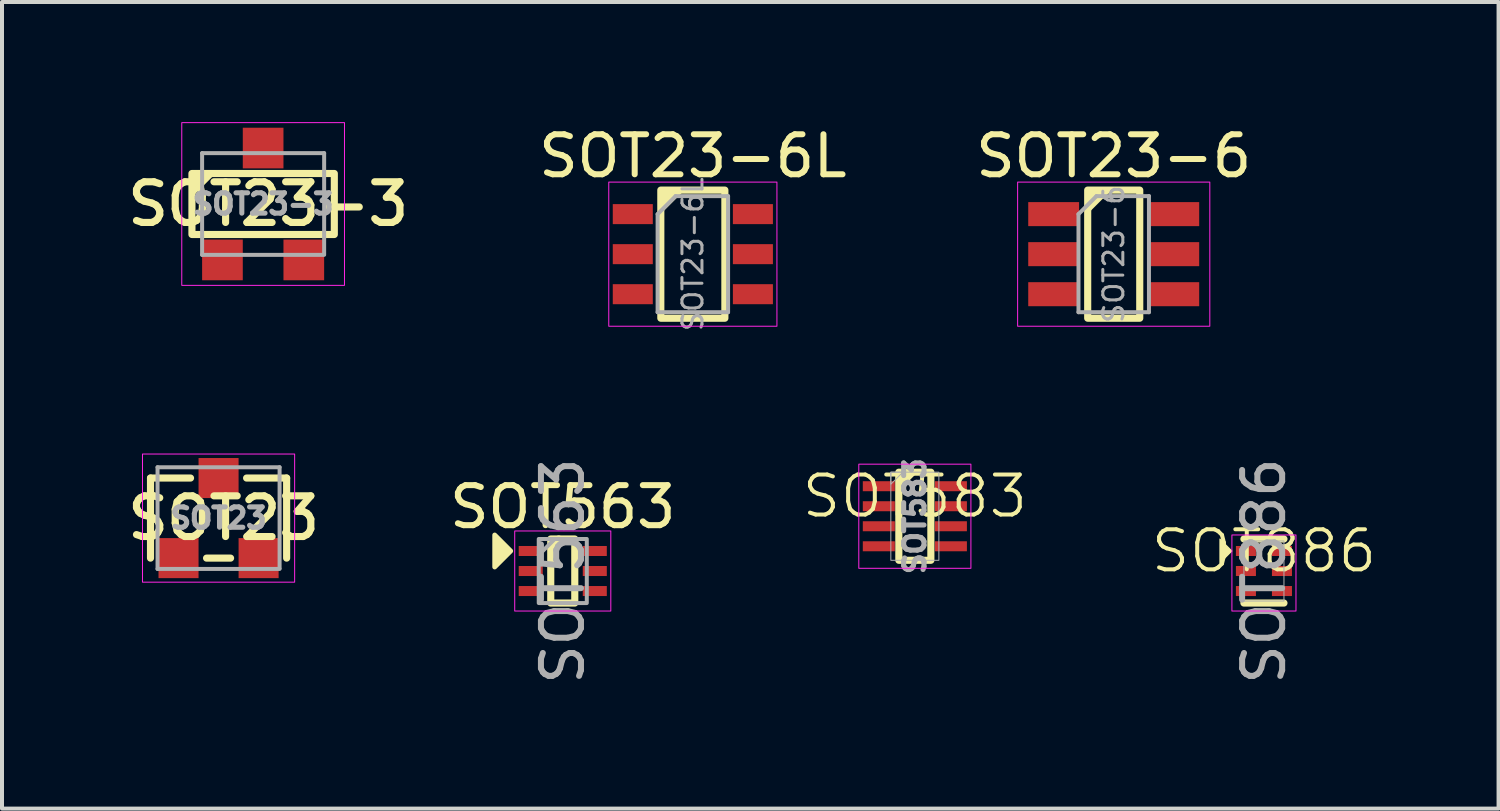
<source format=kicad_pcb>
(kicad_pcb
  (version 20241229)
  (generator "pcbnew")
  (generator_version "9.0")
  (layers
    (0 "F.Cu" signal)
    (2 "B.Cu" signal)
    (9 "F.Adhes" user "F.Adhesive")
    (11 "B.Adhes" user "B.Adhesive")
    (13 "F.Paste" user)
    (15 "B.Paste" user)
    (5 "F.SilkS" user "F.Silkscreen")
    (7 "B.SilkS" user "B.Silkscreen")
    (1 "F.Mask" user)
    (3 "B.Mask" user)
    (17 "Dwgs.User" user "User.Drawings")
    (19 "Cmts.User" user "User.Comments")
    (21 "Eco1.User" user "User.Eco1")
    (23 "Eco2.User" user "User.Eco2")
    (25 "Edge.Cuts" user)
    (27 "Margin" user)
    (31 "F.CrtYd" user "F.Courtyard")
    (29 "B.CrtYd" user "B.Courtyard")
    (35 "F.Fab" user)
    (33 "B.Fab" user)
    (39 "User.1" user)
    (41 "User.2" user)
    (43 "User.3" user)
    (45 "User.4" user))
  (footprint "SOT583"
    (layer "F.Cu")
    (at 19.8 9.844)
    (property "Reference" "SOT583" (at 0 -0.5 0) (unlocked yes) (layer "F.SilkS") (effects (font (size 1 1) (thickness 0.1))))
    (attr smd)
    (fp_rect (start -0.4 -1.1) (end 0.4 1.1) (stroke (width 0.178) (type solid)) (fill no) (layer "F.SilkS"))
    (fp_poly (pts (xy -0.4 -1.1) (xy -0.4 -0.7) (xy 0 -1.1)) (stroke (width 0.1) (type solid)) (fill yes) (layer "F.SilkS"))
    (fp_rect (start -1.4 -1.3) (end 1.4 1.3) (stroke (width 0.025) (type solid)) (fill no) (layer "F.CrtYd"))
    (fp_rect (start -0.6 -1.1) (end 0.6 1.1) (stroke (width 0.025) (type solid)) (fill no) (layer "F.Fab"))
    (fp_poly (pts (xy -0.6 -1.1) (xy -0.6 -0.8) (xy -0.3 -1.1)) (stroke (width 0.025) (type solid)) (fill no) (layer "F.Fab"))
    (fp_text user "${REFERENCE}" (at 0 0 90) (unlocked yes) (layer "F.Fab") (effects (font (size 0.508 0.508) (thickness 0.127))))
    (pad "1" smd rect (at -0.9 -0.75) (size 0.8 0.25) (layers "F.Cu" "F.Mask" "F.Paste"))
    (pad "2" smd rect (at -0.9 -0.25) (size 0.8 0.25) (layers "F.Cu" "F.Mask" "F.Paste"))
    (pad "3" smd rect (at -0.9 0.25) (size 0.8 0.25) (layers "F.Cu" "F.Mask" "F.Paste"))
    (pad "4" smd rect (at -0.9 0.75) (size 0.8 0.25) (layers "F.Cu" "F.Mask" "F.Paste"))
    (pad "5" smd rect (at 0.9 0.75) (size 0.8 0.25) (layers "F.Cu" "F.Mask" "F.Paste"))
    (pad "6" smd rect (at 0.9 0.25) (size 0.8 0.25) (layers "F.Cu" "F.Mask" "F.Paste"))
    (pad "7" smd rect (at 0.9 -0.25) (size 0.8 0.25) (layers "F.Cu" "F.Mask" "F.Paste"))
    (pad "8" smd rect (at 0.9 -0.75) (size 0.8 0.25) (layers "F.Cu" "F.Mask" "F.Paste")))
  (footprint "SOT886"
    (layer "F.Cu")
    (at 28.519 11.212)
    (property "Reference" "SOT886" (at 0 -0.5 0) (unlocked yes) (layer "F.SilkS") (effects (font (size 1 1) (thickness 0.1))))
    (attr smd)
    (fp_line (start -0.5 -0.8) (end 0.5 -0.8) (stroke (width 0.178) (type default)) (layer "F.SilkS"))
    (fp_line (start -0.5 0.8) (end 0.5 0.8) (stroke (width 0.178) (type default)) (layer "F.SilkS"))
    (fp_poly (pts (xy -0.8 -0.5) (xy -1.1 -0.8) (xy -1.1 -0.2)) (stroke (width 0.025) (type solid)) (fill yes) (layer "F.SilkS"))
    (fp_rect (start -0.8 -0.9) (end 0.8 1) (stroke (width 0.025) (type default)) (fill no) (layer "F.CrtYd"))
    (fp_line (start -0.5 -0.5) (end -0.25 -0.75) (stroke (width 0.025) (type default)) (layer "F.Fab"))
    (fp_rect (start -0.5 0.75) (end 0.5 -0.75) (stroke (width 0.025) (type default)) (fill no) (layer "F.Fab"))
    (fp_text user "${REFERENCE}" (at 0 0 90) (unlocked yes) (layer "F.Fab") (effects (font (size 1 1) (thickness 0.15))))
    (pad "1" smd rect (at -0.45 -0.5) (size 0.5 0.25) (layers "F.Cu" "F.Mask" "F.Paste"))
    (pad "2" smd rect (at -0.45 0) (size 0.5 0.25) (layers "F.Cu" "F.Mask" "F.Paste"))
    (pad "3" smd rect (at -0.45 0.5) (size 0.5 0.25) (layers "F.Cu" "F.Mask" "F.Paste"))
    (pad "4" smd rect (at 0.45 0.5) (size 0.5 0.25) (layers "F.Cu" "F.Mask" "F.Paste"))
    (pad "5" smd rect (at 0.45 0) (size 0.5 0.25) (layers "F.Cu" "F.Mask" "F.Paste"))
    (pad "6" smd rect (at 0.45 -0.5) (size 0.5 0.25) (layers "F.Cu" "F.Mask" "F.Paste")))
  (footprint "SOT23"
    (layer "F.Cu")
    (at 2.409 9.89)
    (property "Reference" "SOT23" (at 0.127 0 0) (layer "F.SilkS") (effects (font (size 1.016 1.016) (thickness 0.178))))
    (attr smd)
    (fp_line (start -1.7 -1) (end -0.7 -1) (stroke (width 0.178) (type solid)) (layer "F.SilkS"))
    (fp_line (start -1.7 1) (end -1.7 -1) (stroke (width 0.178) (type solid)) (layer "F.SilkS"))
    (fp_line (start -0.3 1) (end 0.3 1) (stroke (width 0.178) (type solid)) (layer "F.SilkS"))
    (fp_line (start 0.7 -1) (end 1.7 -1) (stroke (width 0.178) (type solid)) (layer "F.SilkS"))
    (fp_line (start 1.7 1) (end 1.7 -1) (stroke (width 0.178) (type solid)) (layer "F.SilkS"))
    (fp_rect (start -1.9 -1.6) (end 1.9 1.6) (stroke (width 0.025) (type solid)) (fill no) (layer "F.CrtYd"))
    (fp_line (start -1.524 -1.27) (end 1.524 -1.27) (stroke (width 0.1) (type solid)) (layer "F.Fab"))
    (fp_line (start -1.524 1.27) (end -1.524 -1.27) (stroke (width 0.1) (type solid)) (layer "F.Fab"))
    (fp_line (start -1.524 1.27) (end 1.524 1.27) (stroke (width 0.1) (type solid)) (layer "F.Fab"))
    (fp_line (start 1.524 -1.27) (end 1.524 1.25) (stroke (width 0.1) (type solid)) (layer "F.Fab"))
    (fp_text user "${REFERENCE}" (at 0 0 0) (layer "F.Fab") (effects (font (size 0.508 0.508) (thickness 0.127))))
    (pad "1" smd rect (at -1 1) (size 1 1) (layers "F.Cu" "F.Mask" "F.Paste"))
    (pad "2" smd rect (at 0 -1) (size 1 1) (layers "F.Cu" "F.Mask" "F.Paste"))
    (pad "2" smd rect (at 1 1) (size 1 1) (layers "F.Cu" "F.Mask" "F.Paste")))
  (footprint "SOT563"
    (layer "F.Cu")
    (at 11.006 11.212)
    (property "Reference" "SOT563" (at 0 -1.6 0) (unlocked yes) (layer "F.SilkS") (effects (font (size 1 1) (thickness 0.15))))
    (attr smd)
    (fp_line (start -0.3 -0.6) (end -0.1 -0.8) (stroke (width 0.178) (type solid)) (layer "F.SilkS"))
    (fp_rect (start -0.3 -0.8) (end 0.3 0.8) (stroke (width 0.178) (type solid)) (fill no) (layer "F.SilkS"))
    (fp_poly (pts (xy -1.3 -0.5) (xy -1.7 -0.1) (xy -1.7 -0.9)) (stroke (width 0.12) (type solid)) (fill yes) (layer "F.SilkS"))
    (fp_rect (start -1.2 -1) (end 1.2 1) (stroke (width 0.025) (type solid)) (fill no) (layer "F.CrtYd"))
    (fp_line (start -0.6 -0.4) (end -0.2 -0.8) (stroke (width 0.1) (type solid)) (layer "F.Fab"))
    (fp_rect (start -0.6 -0.8) (end 0.6 0.8) (stroke (width 0.1) (type solid)) (fill no) (layer "F.Fab"))
    (fp_text user "${REFERENCE}" (at 0 0 90) (unlocked yes) (layer "F.Fab") (effects (font (size 1 1) (thickness 0.15))))
    (pad "1" smd rect (at -0.8 -0.5) (size 0.6 0.25) (layers "F.Cu" "F.Mask" "F.Paste"))
    (pad "2" smd rect (at -0.8 0) (size 0.6 0.25) (layers "F.Cu" "F.Mask" "F.Paste"))
    (pad "3" smd rect (at -0.8 0.5) (size 0.6 0.25) (layers "F.Cu" "F.Mask" "F.Paste"))
    (pad "4" smd rect (at 0.8 0.5) (size 0.6 0.25) (layers "F.Cu" "F.Mask" "F.Paste"))
    (pad "5" smd rect (at 0.8 0) (size 0.6 0.25) (layers "F.Cu" "F.Mask" "F.Paste"))
    (pad "6" smd rect (at 0.8 -0.5) (size 0.6 0.25) (layers "F.Cu" "F.Mask" "F.Paste")))
  (footprint "SOT23-6"
    (layer "F.Cu")
    (at 24.767 3.298)
    (property "Reference" "SOT23-6" (at 0 -2.45 0) (layer "F.SilkS") (effects (font (size 1 1) (thickness 0.15))))
    (attr smd)
    (fp_rect (start -0.65 -1.6) (end 0.65 1.6) (stroke (width 0.178) (type solid)) (fill no) (layer "F.SilkS"))
    (fp_poly (pts (xy -0.65 -1.092) (xy -0.65 -1.6) (xy -0.142 -1.6)) (stroke (width 0.12) (type solid)) (fill yes) (layer "F.SilkS"))
    (fp_rect (start -2.4 -1.8) (end 2.4 1.8) (stroke (width 0.025) (type solid)) (fill no) (layer "F.CrtYd"))
    (fp_line (start -0.88 -1) (end -0.88 1.45) (stroke (width 0.1) (type solid)) (layer "F.Fab"))
    (fp_line (start -0.88 -1) (end -0.43 -1.45) (stroke (width 0.1) (type solid)) (layer "F.Fab"))
    (fp_line (start 0.88 -1.45) (end -0.43 -1.45) (stroke (width 0.1) (type solid)) (layer "F.Fab"))
    (fp_line (start 0.88 -1.45) (end 0.88 1.45) (stroke (width 0.1) (type solid)) (layer "F.Fab"))
    (fp_line (start 0.88 1.45) (end -0.88 1.45) (stroke (width 0.1) (type solid)) (layer "F.Fab"))
    (fp_text user "${REFERENCE}" (at 0 0 90) (layer "F.Fab") (effects (font (size 0.5 0.5) (thickness 0.075))))
    (pad "1" smd rect (at -1.5 -1) (size 1.27 0.6) (layers "F.Cu" "F.Mask" "F.Paste"))
    (pad "2" smd rect (at -1.5 0) (size 1.27 0.6) (layers "F.Cu" "F.Mask" "F.Paste"))
    (pad "3" smd rect (at -1.5 1) (size 1.27 0.6) (layers "F.Cu" "F.Mask" "F.Paste"))
    (pad "4" smd rect (at 1.5 1) (size 1.27 0.6) (layers "F.Cu" "F.Mask" "F.Paste"))
    (pad "5" smd rect (at 1.5 0) (size 1.27 0.6) (layers "F.Cu" "F.Mask" "F.Paste"))
    (pad "6" smd rect (at 1.5 -1) (size 1.27 0.6) (layers "F.Cu" "F.Mask" "F.Paste")))
  (footprint "SOT23-3"
    (layer "F.Cu")
    (at 3.522 2.045)
    (property "Reference" "SOT23-3" (at 0.127 0 0) (layer "F.SilkS") (effects (font (size 1.016 1.016) (thickness 0.178))))
    (attr smd)
    (fp_rect (start -1.778 -0.762) (end 1.778 0.762) (stroke (width 0.178) (type solid)) (fill no) (layer "F.SilkS"))
    (fp_poly (pts (xy -1.778 -0.254) (xy -1.778 -0.762) (xy -1.27 -0.762)) (stroke (width 0.12) (type solid)) (fill yes) (layer "F.SilkS"))
    (fp_rect (start -2.032 -2.032) (end 2.032 2.032) (stroke (width 0.025) (type solid)) (fill no) (layer "F.CrtYd"))
    (fp_line (start -1.524 -1.27) (end 1.524 -1.27) (stroke (width 0.1) (type solid)) (layer "F.Fab"))
    (fp_line (start -1.524 1.27) (end -1.524 -1.27) (stroke (width 0.1) (type solid)) (layer "F.Fab"))
    (fp_line (start -1.524 1.27) (end 1.524 1.27) (stroke (width 0.1) (type solid)) (layer "F.Fab"))
    (fp_line (start 1.524 -1.27) (end 1.524 1.25) (stroke (width 0.1) (type solid)) (layer "F.Fab"))
    (fp_text user "${REFERENCE}" (at 0 0 0) (layer "F.Fab") (effects (font (size 0.508 0.508) (thickness 0.127))))
    (pad "1" smd rect (at -1.016 1.397) (size 1.016 1.016) (layers "F.Cu" "F.Mask" "F.Paste"))
    (pad "2" smd rect (at 1.016 1.397) (size 1.016 1.016) (layers "F.Cu" "F.Mask" "F.Paste"))
    (pad "3" smd rect (at 0 -1.397) (size 1.016 1.016) (layers "F.Cu" "F.Mask" "F.Paste")))
  (footprint "SOT23-6L"
    (layer "F.Cu")
    (at 14.255 3.298)
    (property "Reference" "SOT23-6L" (at 0 -2.45 0) (layer "F.SilkS") (effects (font (size 1 1) (thickness 0.15))))
    (attr smd)
    (fp_rect (start -0.8 -1.6) (end 0.8 1.6) (stroke (width 0.178) (type solid)) (fill no) (layer "F.SilkS"))
    (fp_poly (pts (xy -0.8 -1.092) (xy -0.8 -1.6) (xy -0.292 -1.6)) (stroke (width 0.12) (type solid)) (fill yes) (layer "F.SilkS"))
    (fp_rect (start -2.1 -1.8) (end 2.1 1.8) (stroke (width 0.025) (type solid)) (fill no) (layer "F.CrtYd"))
    (fp_line (start -0.88 -1) (end -0.88 1.45) (stroke (width 0.1) (type solid)) (layer "F.Fab"))
    (fp_line (start -0.88 -1) (end -0.43 -1.45) (stroke (width 0.1) (type solid)) (layer "F.Fab"))
    (fp_line (start 0.88 -1.45) (end -0.43 -1.45) (stroke (width 0.1) (type solid)) (layer "F.Fab"))
    (fp_line (start 0.88 -1.45) (end 0.88 1.45) (stroke (width 0.1) (type solid)) (layer "F.Fab"))
    (fp_line (start 0.88 1.45) (end -0.88 1.45) (stroke (width 0.1) (type solid)) (layer "F.Fab"))
    (fp_text user "${REFERENCE}" (at 0 0 90) (layer "F.Fab") (effects (font (size 0.5 0.5) (thickness 0.075))))
    (pad "1" smd rect (at -1.5 -1) (size 1 0.5) (layers "F.Cu" "F.Mask" "F.Paste"))
    (pad "2" smd rect (at -1.5 0) (size 1 0.5) (layers "F.Cu" "F.Mask" "F.Paste"))
    (pad "3" smd rect (at -1.5 1) (size 1 0.5) (layers "F.Cu" "F.Mask" "F.Paste"))
    (pad "4" smd rect (at 1.5 1) (size 1 0.5) (layers "F.Cu" "F.Mask" "F.Paste"))
    (pad "5" smd rect (at 1.5 0) (size 1 0.5) (layers "F.Cu" "F.Mask" "F.Paste"))
    (pad "6" smd rect (at 1.5 -1) (size 1 0.5) (layers "F.Cu" "F.Mask" "F.Paste")))
  (gr_rect
    (start -3 -3)
    (end 34.379 17.146)
    (stroke (width 0.1) (type default))
    (fill no)
    (layer "Edge.Cuts")))
</source>
